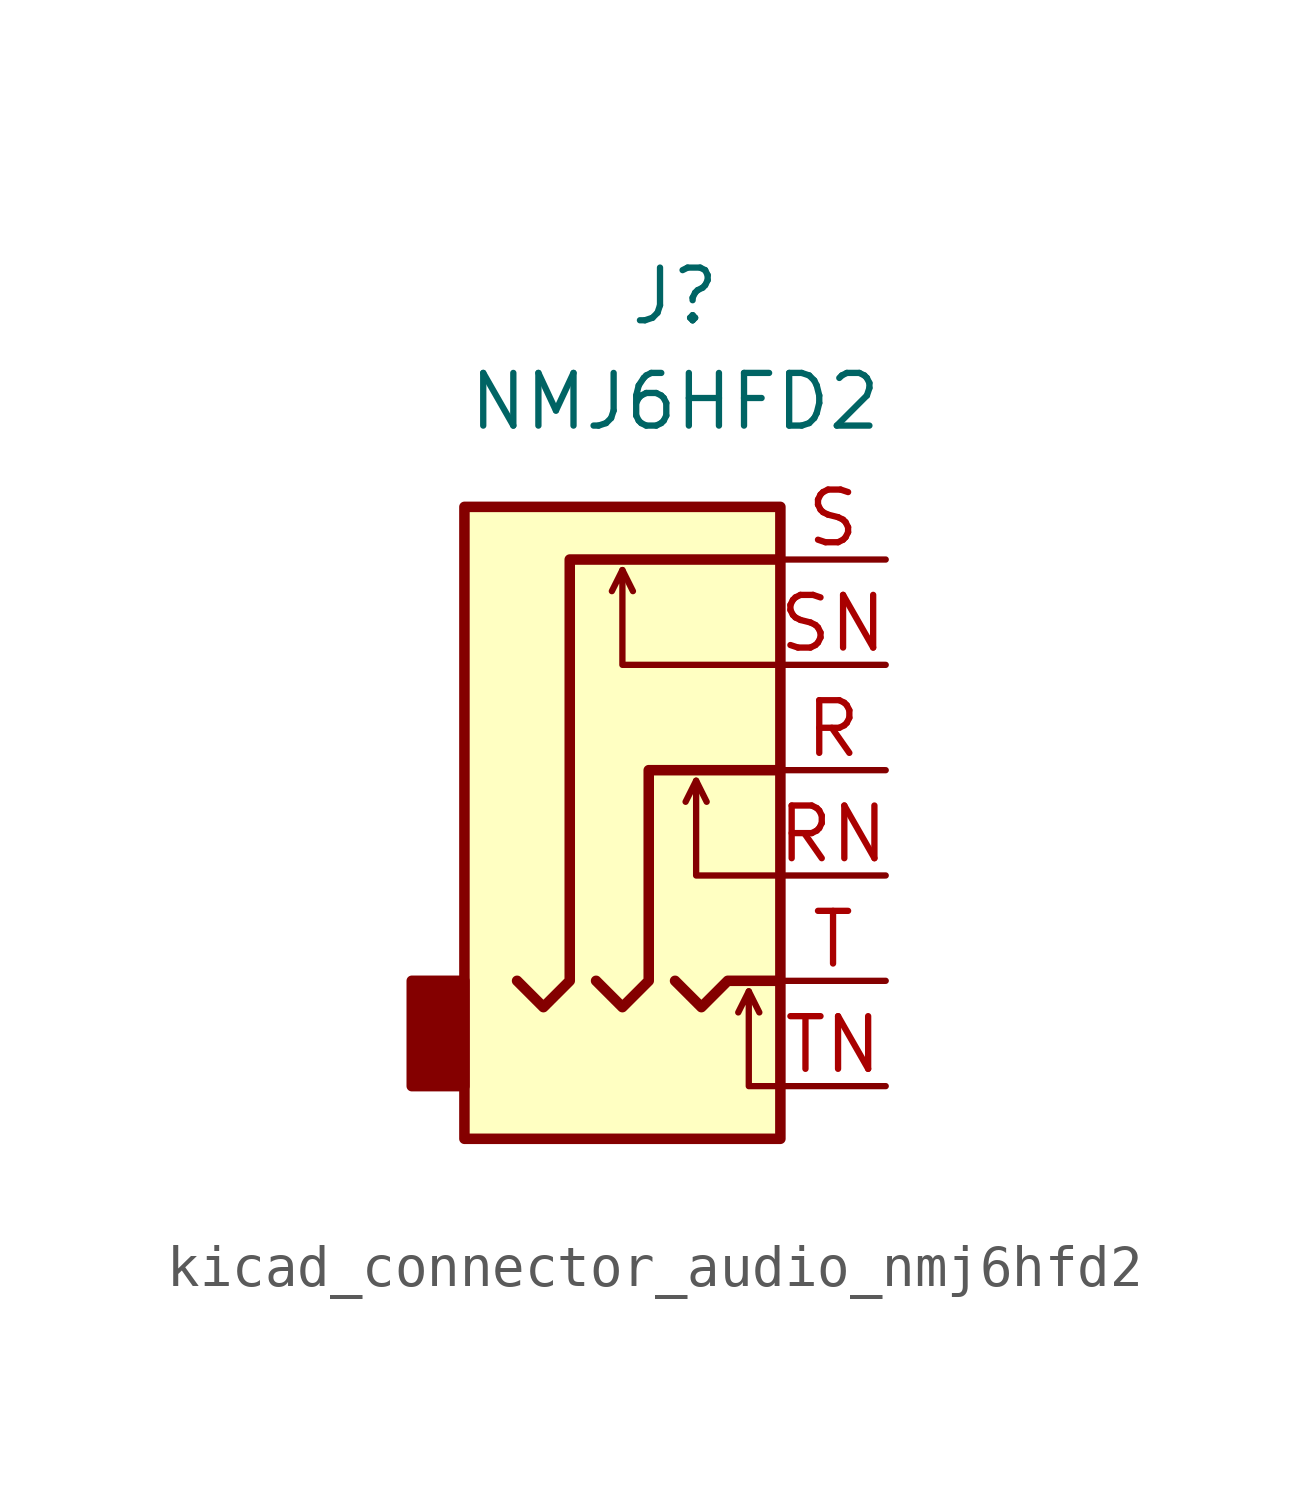
<source format=kicad_sym>
(kicad_symbol_lib
  (version 20220914)
  (generator kicad_symbol_editor)
  (symbol "kicad_connector_audio_nmj6hfd2"
    (property "Reference" "J"
      (at 0 11.43 0)
      (effects (font (size 1.27 1.27))))
    (property "Value" "NMJ6HFD2"
      (at 0 8.89 0)
      (effects (font (size 1.27 1.27))))
    (symbol "kicad_connector_audio_nmj6hfd2_0_1"
      (rectangle (start -5.08 -5.08) (end -6.35 -7.62) (stroke (width 0.254) (type default)) (fill (type outline)))
      (polyline (pts (xy -1.27 4.826) (xy -1.016 4.318)) (stroke (width 0) (type default)) (fill (type none)))
      (polyline (pts (xy 0.508 -0.254) (xy 0.762 -0.762)) (stroke (width 0) (type default)) (fill (type none)))
      (polyline (pts (xy 1.778 -5.334) (xy 2.032 -5.842)) (stroke (width 0) (type default)) (fill (type none)))
      (polyline (pts (xy 0 -5.08) (xy 0.635 -5.715) (xy 1.27 -5.08) (xy 2.54 -5.08)) (stroke (width 0.254) (type default)) (fill (type none)))
      (polyline (pts (xy 2.54 -7.62) (xy 1.778 -7.62) (xy 1.778 -5.334) (xy 1.524 -5.842)) (stroke (width 0) (type default)) (fill (type none)))
      (polyline (pts (xy 2.54 -2.54) (xy 0.508 -2.54) (xy 0.508 -0.254) (xy 0.254 -0.762)) (stroke (width 0) (type default)) (fill (type none)))
      (polyline (pts (xy 2.54 2.54) (xy -1.27 2.54) (xy -1.27 4.826) (xy -1.524 4.318)) (stroke (width 0) (type default)) (fill (type none)))
      (polyline (pts (xy -1.905 -5.08) (xy -1.27 -5.715) (xy -0.635 -5.08) (xy -0.635 0) (xy 2.54 0)) (stroke (width 0.254) (type default)) (fill (type none)))
      (polyline (pts (xy 2.54 5.08) (xy -2.54 5.08) (xy -2.54 -5.08) (xy -3.175 -5.715) (xy -3.81 -5.08)) (stroke (width 0.254) (type default)) (fill (type none)))
      (rectangle (start 2.54 6.35) (end -5.08 -8.89) (stroke (width 0.254) (type default)) (fill (type background))))
    (symbol "kicad_connector_audio_nmj6hfd2_1_1"
      (pin passive line (at 5.08 0 180) (length 2.54) (name "~" (effects (font (size 1.27 1.27)))) (number "R" (effects (font (size 1.27 1.27)))))
      (pin passive line (at 5.08 -2.54 180) (length 2.54) (name "~" (effects (font (size 1.27 1.27)))) (number "RN" (effects (font (size 1.27 1.27)))))
      (pin passive line (at 5.08 5.08 180) (length 2.54) (name "~" (effects (font (size 1.27 1.27)))) (number "S" (effects (font (size 1.27 1.27)))))
      (pin passive line (at 5.08 2.54 180) (length 2.54) (name "~" (effects (font (size 1.27 1.27)))) (number "SN" (effects (font (size 1.27 1.27)))))
      (pin passive line (at 5.08 -5.08 180) (length 2.54) (name "~" (effects (font (size 1.27 1.27)))) (number "T" (effects (font (size 1.27 1.27)))))
      (pin passive line (at 5.08 -7.62 180) (length 2.54) (name "~" (effects (font (size 1.27 1.27)))) (number "TN" (effects (font (size 1.27 1.27))))))))
</source>
